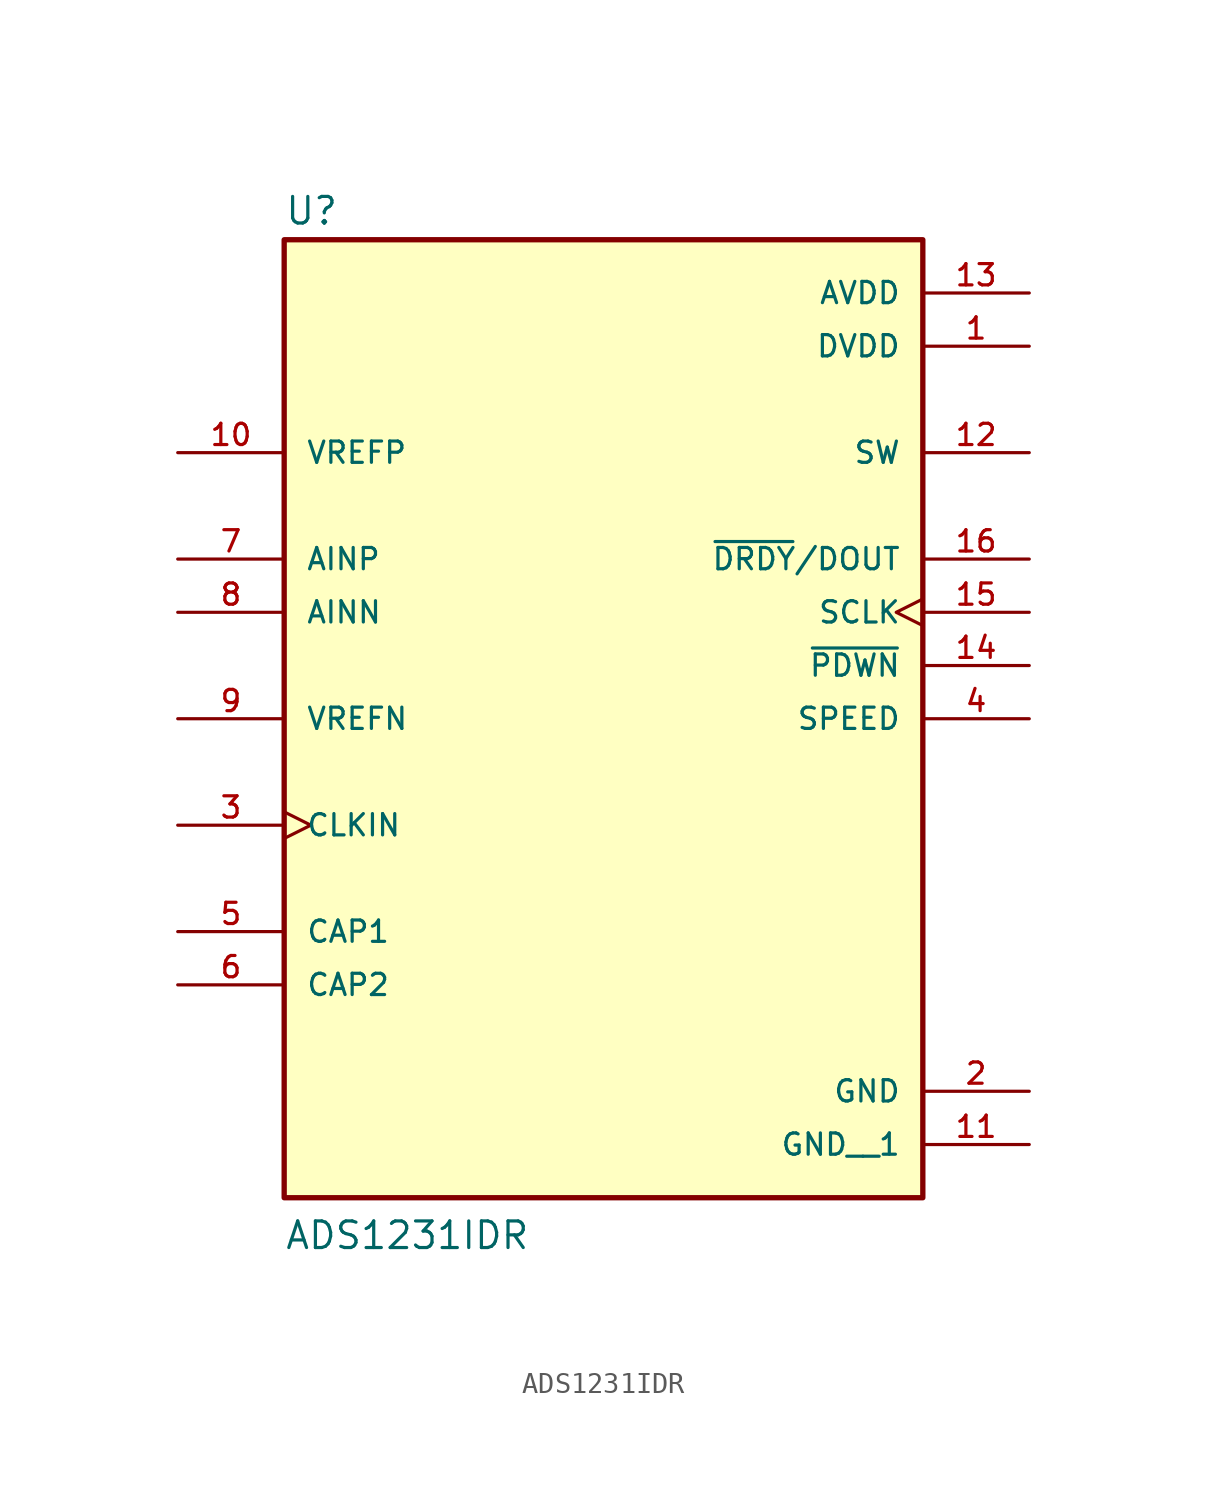
<source format=kicad_sym>
(kicad_symbol_lib
  (version 20211014)
  (generator kicad_symbol_editor)
  (symbol "ADS1231IDR"
    (pin_names
      (offset 1.016))
    (property "Reference" "U"
      (at -15.24 20.955 0.0)
      (effects (font (size 1.27 1.27)) (justify bottom left)))
    (property "Value" "ADS1231IDR"
      (at -15.24 -27.94 0.0)
      (effects (font (size 1.27 1.27)) (justify bottom left)))
    (symbol "ADS1231IDR_0_0"
      (rectangle (start -15.24 -25.4) (end 15.24 20.32) (stroke (width 0.254)) (fill (type background)))
      (pin input line (at 20.32 0.0 180.0) (length 5.08) (name "~{PDWN}" (effects (font (size 1.016 1.016)))) (number "14" (effects (font (size 1.016 1.016)))))
      (pin input line (at -20.32 2.54 0) (length 5.08) (name "AINN" (effects (font (size 1.016 1.016)))) (number "8" (effects (font (size 1.016 1.016)))))
      (pin input line (at -20.32 5.08 0) (length 5.08) (name "AINP" (effects (font (size 1.016 1.016)))) (number "7" (effects (font (size 1.016 1.016)))))
      (pin passive line (at -20.32 -15.24 0) (length 5.08) (name "CAP2" (effects (font (size 1.016 1.016)))) (number "6" (effects (font (size 1.016 1.016)))))
      (pin input clock (at -20.32 -7.62 0) (length 5.08) (name "CLKIN" (effects (font (size 1.016 1.016)))) (number "3" (effects (font (size 1.016 1.016)))))
      (pin output line (at 20.32 10.16 180.0) (length 5.08) (name "SW" (effects (font (size 1.016 1.016)))) (number "12" (effects (font (size 1.016 1.016)))))
      (pin input clock (at 20.32 2.54 180.0) (length 5.08) (name "SCLK" (effects (font (size 1.016 1.016)))) (number "15" (effects (font (size 1.016 1.016)))))
      (pin input line (at 20.32 -2.54 180.0) (length 5.08) (name "SPEED" (effects (font (size 1.016 1.016)))) (number "4" (effects (font (size 1.016 1.016)))))
      (pin input line (at -20.32 -2.54 0) (length 5.08) (name "VREFN" (effects (font (size 1.016 1.016)))) (number "9" (effects (font (size 1.016 1.016)))))
      (pin input line (at -20.32 10.16 0) (length 5.08) (name "VREFP" (effects (font (size 1.016 1.016)))) (number "10" (effects (font (size 1.016 1.016)))))
      (pin power_in line (at 20.32 17.78 180.0) (length 5.08) (name "AVDD" (effects (font (size 1.016 1.016)))) (number "13" (effects (font (size 1.016 1.016)))))
      (pin power_in line (at 20.32 15.24 180.0) (length 5.08) (name "DVDD" (effects (font (size 1.016 1.016)))) (number "1" (effects (font (size 1.016 1.016)))))
      (pin output line (at 20.32 5.08 180.0) (length 5.08) (name "~{DRDY}/DOUT" (effects (font (size 1.016 1.016)))) (number "16" (effects (font (size 1.016 1.016)))))
      (pin power_in line (at 20.32 -20.32 180.0) (length 5.08) (name "GND" (effects (font (size 1.016 1.016)))) (number "2" (effects (font (size 1.016 1.016)))))
      (pin passive line (at -20.32 -12.7 0) (length 5.08) (name "CAP1" (effects (font (size 1.016 1.016)))) (number "5" (effects (font (size 1.016 1.016)))))
      (pin power_in line (at 20.32 -22.86 180.0) (length 5.08) (name "GND__1" (effects (font (size 1.016 1.016)))) (number "11" (effects (font (size 1.016 1.016))))))))
</source>
